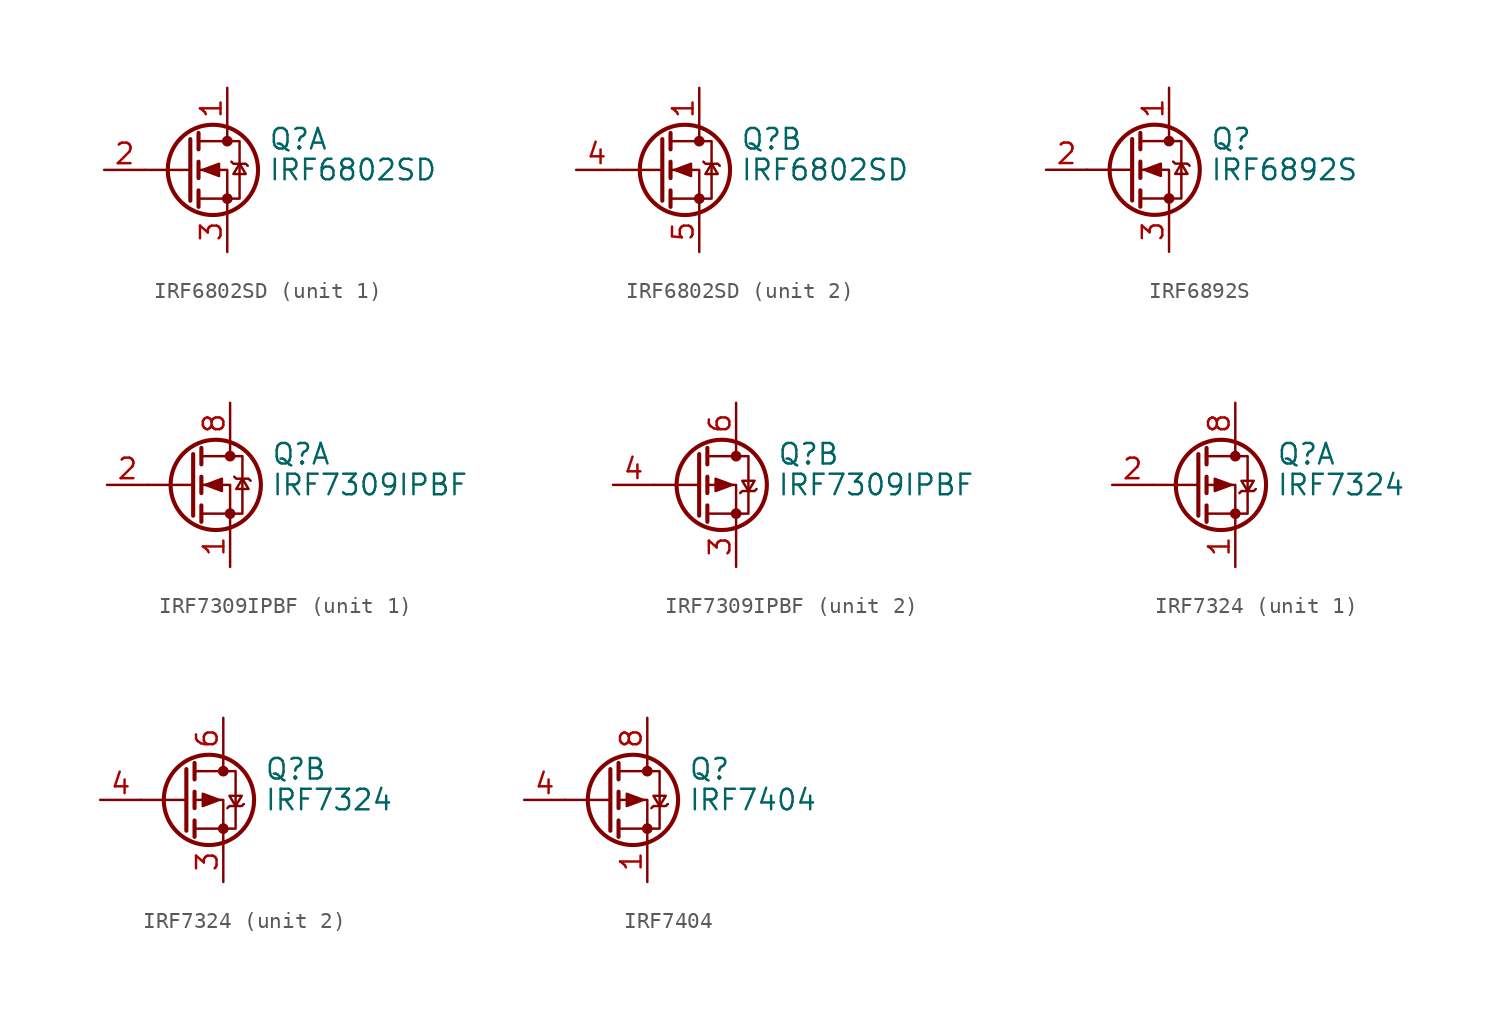
<source format=kicad_sym>
(kicad_symbol_lib
  (version 20201005)
  (generator kicad_symbol_editor)
  (symbol "IRF6802SD"
    (pin_names hide)
    (property "Reference" "Q"
      (at 5.08 1.905 0)
      (effects (font (size 1.27 1.27)) (justify left)))
    (property "Value" "IRF6802SD"
      (at 5.08 0 0)
      (effects (font (size 1.27 1.27)) (justify left)))
    (symbol "IRF6802SD_0_1"
      (circle (center 1.651 0) (radius 2.794) (stroke (width 0.254)) (fill (type none)))
      (circle (center 2.54 -1.778) (radius 0.254) (stroke (width 0)) (fill (type outline)))
      (circle (center 2.54 1.778) (radius 0.254) (stroke (width 0)) (fill (type outline)))
      (polyline (pts (xy 0.254 0) (xy -2.54 0)) (stroke (width 0)) (fill (type none)))
      (polyline (pts (xy 0.254 1.905) (xy 0.254 -1.905)) (stroke (width 0.254)) (fill (type none)))
      (polyline (pts (xy 0.762 -1.27) (xy 0.762 -2.286)) (stroke (width 0.254)) (fill (type none)))
      (polyline (pts (xy 0.762 0.508) (xy 0.762 -0.508)) (stroke (width 0.254)) (fill (type none)))
      (polyline (pts (xy 0.762 2.286) (xy 0.762 1.27)) (stroke (width 0.254)) (fill (type none)))
      (polyline (pts (xy 2.54 2.54) (xy 2.54 1.778)) (stroke (width 0)) (fill (type none)))
      (polyline (pts (xy 2.54 -2.54) (xy 2.54 0) (xy 0.762 0)) (stroke (width 0)) (fill (type none)))
      (polyline (pts (xy 0.762 -1.778) (xy 3.302 -1.778) (xy 3.302 1.778) (xy 0.762 1.778)) (stroke (width 0)) (fill (type none)))
      (polyline (pts (xy 2.794 0.508) (xy 2.921 0.381) (xy 3.683 0.381) (xy 3.81 0.254)) (stroke (width 0)) (fill (type none)))
      (polyline (pts (xy 3.302 0.381) (xy 2.921 -0.254) (xy 3.683 -0.254) (xy 3.302 0.381)) (stroke (width 0)) (fill (type none)))
      (polyline (pts (xy 1.016 0) (xy 2.032 0.381) (xy 2.032 -0.381) (xy 1.016 0)) (stroke (width 0)) (fill (type outline))))
    (symbol "IRF6802SD_1_1"
      (pin passive line (at 2.54 5.08 270) (length 2.54) (name "D" (effects (font (size 1.27 1.27)))) (number "1" (effects (font (size 1.27 1.27)))))
      (pin input line (at -5.08 0 0) (length 2.54) (name "G1" (effects (font (size 1.27 1.27)))) (number "2" (effects (font (size 1.27 1.27)))))
      (pin passive line (at 2.54 -5.08 90) (length 2.54) (name "S1" (effects (font (size 1.27 1.27)))) (number "3" (effects (font (size 1.27 1.27))))))
    (symbol "IRF6802SD_2_1"
      (pin passive line (at 2.54 5.08 270) (length 2.54) (name "D" (effects (font (size 1.27 1.27)))) (number "1" (effects (font (size 1.27 1.27)))))
      (pin input line (at -5.08 0 0) (length 2.54) (name "G2" (effects (font (size 1.27 1.27)))) (number "4" (effects (font (size 1.27 1.27)))))
      (pin passive line (at 2.54 -5.08 90) (length 2.54) (name "S2" (effects (font (size 1.27 1.27)))) (number "5" (effects (font (size 1.27 1.27)))))))
  (symbol "IRF6892S"
    (pin_names hide)
    (property "Reference" "Q"
      (at 5.08 1.905 0)
      (effects (font (size 1.27 1.27)) (justify left)))
    (property "Value" "IRF6892S"
      (at 5.08 0 0)
      (effects (font (size 1.27 1.27)) (justify left)))
    (symbol "IRF6892S_0_1"
      (circle (center 1.651 0) (radius 2.794) (stroke (width 0.254)) (fill (type none)))
      (circle (center 2.54 -1.778) (radius 0.254) (stroke (width 0)) (fill (type outline)))
      (circle (center 2.54 1.778) (radius 0.254) (stroke (width 0)) (fill (type outline)))
      (polyline (pts (xy 0.254 0) (xy -2.54 0)) (stroke (width 0)) (fill (type none)))
      (polyline (pts (xy 0.254 1.905) (xy 0.254 -1.905)) (stroke (width 0.254)) (fill (type none)))
      (polyline (pts (xy 0.762 -1.27) (xy 0.762 -2.286)) (stroke (width 0.254)) (fill (type none)))
      (polyline (pts (xy 0.762 0.508) (xy 0.762 -0.508)) (stroke (width 0.254)) (fill (type none)))
      (polyline (pts (xy 0.762 2.286) (xy 0.762 1.27)) (stroke (width 0.254)) (fill (type none)))
      (polyline (pts (xy 2.54 2.54) (xy 2.54 1.778)) (stroke (width 0)) (fill (type none)))
      (polyline (pts (xy 2.54 -2.54) (xy 2.54 0) (xy 0.762 0)) (stroke (width 0)) (fill (type none)))
      (polyline (pts (xy 0.762 -1.778) (xy 3.302 -1.778) (xy 3.302 1.778) (xy 0.762 1.778)) (stroke (width 0)) (fill (type none)))
      (polyline (pts (xy 2.794 0.508) (xy 2.921 0.381) (xy 3.683 0.381) (xy 3.81 0.254)) (stroke (width 0)) (fill (type none)))
      (polyline (pts (xy 3.302 0.381) (xy 2.921 -0.254) (xy 3.683 -0.254) (xy 3.302 0.381)) (stroke (width 0)) (fill (type none)))
      (polyline (pts (xy 1.016 0) (xy 2.032 0.381) (xy 2.032 -0.381) (xy 1.016 0)) (stroke (width 0)) (fill (type outline))))
    (symbol "IRF6892S_1_1"
      (pin passive line (at 2.54 5.08 270) (length 2.54) (name "D" (effects (font (size 1.27 1.27)))) (number "1" (effects (font (size 1.27 1.27)))))
      (pin input line (at -5.08 0 0) (length 2.54) (name "G" (effects (font (size 1.27 1.27)))) (number "2" (effects (font (size 1.27 1.27)))))
      (pin passive line (at 2.54 -5.08 90) (length 2.54) (name "S" (effects (font (size 1.27 1.27)))) (number "3" (effects (font (size 1.27 1.27)))))))
  (symbol "IRF7309IPBF"
    (pin_names hide)
    (property "Reference" "Q"
      (at 5.08 1.905 0)
      (effects (font (size 1.27 1.27)) (justify left)))
    (property "Value" "IRF7309IPBF"
      (at 5.08 0 0)
      (effects (font (size 1.27 1.27)) (justify left)))
    (symbol "IRF7309IPBF_0_1"
      (circle (center 1.651 0) (radius 2.794) (stroke (width 0.254)) (fill (type none)))
      (circle (center 2.54 -1.778) (radius 0.254) (stroke (width 0)) (fill (type outline)))
      (circle (center 2.54 1.778) (radius 0.254) (stroke (width 0)) (fill (type outline)))
      (polyline (pts (xy 0.254 0) (xy -2.54 0)) (stroke (width 0)) (fill (type none)))
      (polyline (pts (xy 0.254 1.905) (xy 0.254 -1.905)) (stroke (width 0.254)) (fill (type none)))
      (polyline (pts (xy 0.762 -1.27) (xy 0.762 -2.286)) (stroke (width 0.254)) (fill (type none)))
      (polyline (pts (xy 0.762 0.508) (xy 0.762 -0.508)) (stroke (width 0.254)) (fill (type none)))
      (polyline (pts (xy 0.762 2.286) (xy 0.762 1.27)) (stroke (width 0.254)) (fill (type none)))
      (polyline (pts (xy 2.54 2.54) (xy 2.54 1.778)) (stroke (width 0)) (fill (type none)))
      (polyline (pts (xy 2.54 -2.54) (xy 2.54 0) (xy 0.762 0)) (stroke (width 0)) (fill (type none)))
      (polyline (pts (xy 0.762 -1.778) (xy 3.302 -1.778) (xy 3.302 1.778) (xy 0.762 1.778)) (stroke (width 0)) (fill (type none))))
    (symbol "IRF7309IPBF_1_1"
      (polyline (pts (xy 2.794 0.508) (xy 2.921 0.381) (xy 3.683 0.381) (xy 3.81 0.254)) (stroke (width 0)) (fill (type none)))
      (polyline (pts (xy 3.302 0.381) (xy 2.921 -0.254) (xy 3.683 -0.254) (xy 3.302 0.381)) (stroke (width 0)) (fill (type none)))
      (polyline (pts (xy 1.016 0) (xy 2.032 0.381) (xy 2.032 -0.381) (xy 1.016 0)) (stroke (width 0)) (fill (type outline)))
      (pin passive line (at 2.54 -5.08 90) (length 2.54) (name "S" (effects (font (size 1.27 1.27)))) (number "1" (effects (font (size 1.27 1.27)))))
      (pin input line (at -5.08 0 0) (length 2.54) (name "G" (effects (font (size 1.27 1.27)))) (number "2" (effects (font (size 1.27 1.27)))))
      (pin passive line (at 2.54 5.08 270) (length 2.54) hide (name "D" (effects (font (size 1.27 1.27)))) (number "7" (effects (font (size 1.27 1.27)))))
      (pin passive line (at 2.54 5.08 270) (length 2.54) (name "D" (effects (font (size 1.27 1.27)))) (number "8" (effects (font (size 1.27 1.27))))))
    (symbol "IRF7309IPBF_2_1"
      (polyline (pts (xy 2.794 -0.508) (xy 2.921 -0.381) (xy 3.683 -0.381) (xy 3.81 -0.254)) (stroke (width 0)) (fill (type none)))
      (polyline (pts (xy 3.302 -0.381) (xy 2.921 0.254) (xy 3.683 0.254) (xy 3.302 -0.381)) (stroke (width 0)) (fill (type none)))
      (polyline (pts (xy 2.286 0) (xy 1.27 0.381) (xy 1.27 -0.381) (xy 2.286 0)) (stroke (width 0)) (fill (type outline)))
      (pin passive line (at 2.54 -5.08 90) (length 2.54) (name "1" (effects (font (size 1.27 1.27)))) (number "3" (effects (font (size 1.27 1.27)))))
      (pin input line (at -5.08 0 0) (length 2.54) (name "G" (effects (font (size 1.27 1.27)))) (number "4" (effects (font (size 1.27 1.27)))))
      (pin passive line (at 2.54 5.08 270) (length 2.54) hide (name "D" (effects (font (size 1.27 1.27)))) (number "5" (effects (font (size 1.27 1.27)))))
      (pin passive line (at 2.54 5.08 270) (length 2.54) (name "D" (effects (font (size 1.27 1.27)))) (number "6" (effects (font (size 1.27 1.27)))))))
  (symbol "IRF7324"
    (pin_names hide)
    (property "Reference" "Q"
      (at 5.08 1.905 0)
      (effects (font (size 1.27 1.27)) (justify left)))
    (property "Value" "IRF7324"
      (at 5.08 0 0)
      (effects (font (size 1.27 1.27)) (justify left)))
    (symbol "IRF7324_0_1"
      (circle (center 1.651 0) (radius 2.794) (stroke (width 0.254)) (fill (type none)))
      (circle (center 2.54 -1.778) (radius 0.254) (stroke (width 0)) (fill (type outline)))
      (circle (center 2.54 1.778) (radius 0.254) (stroke (width 0)) (fill (type outline)))
      (polyline (pts (xy 0.254 0) (xy -2.54 0)) (stroke (width 0)) (fill (type none)))
      (polyline (pts (xy 0.254 1.905) (xy 0.254 -1.905)) (stroke (width 0.254)) (fill (type none)))
      (polyline (pts (xy 0.762 -1.27) (xy 0.762 -2.286)) (stroke (width 0.254)) (fill (type none)))
      (polyline (pts (xy 0.762 0.508) (xy 0.762 -0.508)) (stroke (width 0.254)) (fill (type none)))
      (polyline (pts (xy 0.762 2.286) (xy 0.762 1.27)) (stroke (width 0.254)) (fill (type none)))
      (polyline (pts (xy 2.54 2.54) (xy 2.54 1.778)) (stroke (width 0)) (fill (type none)))
      (polyline (pts (xy 2.54 -2.54) (xy 2.54 0) (xy 0.762 0)) (stroke (width 0)) (fill (type none)))
      (polyline (pts (xy 0.762 1.778) (xy 3.302 1.778) (xy 3.302 -1.778) (xy 0.762 -1.778)) (stroke (width 0)) (fill (type none)))
      (polyline (pts (xy 2.794 -0.508) (xy 2.921 -0.381) (xy 3.683 -0.381) (xy 3.81 -0.254)) (stroke (width 0)) (fill (type none)))
      (polyline (pts (xy 3.302 -0.381) (xy 2.921 0.254) (xy 3.683 0.254) (xy 3.302 -0.381)) (stroke (width 0)) (fill (type none)))
      (polyline (pts (xy 2.286 0) (xy 1.27 0.381) (xy 1.27 -0.381) (xy 2.286 0)) (stroke (width 0)) (fill (type outline))))
    (symbol "IRF7324_1_1"
      (pin passive line (at 2.54 -5.08 90) (length 2.54) (name "S1" (effects (font (size 1.27 1.27)))) (number "1" (effects (font (size 1.27 1.27)))))
      (pin input line (at -5.08 0 0) (length 2.54) (name "G1" (effects (font (size 1.27 1.27)))) (number "2" (effects (font (size 1.27 1.27)))))
      (pin passive line (at 2.54 5.08 270) (length 2.54) hide (name "D1" (effects (font (size 1.27 1.27)))) (number "7" (effects (font (size 1.27 1.27)))))
      (pin passive line (at 2.54 5.08 270) (length 2.54) (name "D1" (effects (font (size 1.27 1.27)))) (number "8" (effects (font (size 1.27 1.27))))))
    (symbol "IRF7324_2_1"
      (pin passive line (at 2.54 -5.08 90) (length 2.54) (name "S2" (effects (font (size 1.27 1.27)))) (number "3" (effects (font (size 1.27 1.27)))))
      (pin input line (at -5.08 0 0) (length 2.54) (name "G2" (effects (font (size 1.27 1.27)))) (number "4" (effects (font (size 1.27 1.27)))))
      (pin passive line (at 2.54 5.08 270) (length 2.54) hide (name "D2" (effects (font (size 1.27 1.27)))) (number "5" (effects (font (size 1.27 1.27)))))
      (pin passive line (at 2.54 5.08 270) (length 2.54) (name "D2" (effects (font (size 1.27 1.27)))) (number "6" (effects (font (size 1.27 1.27)))))))
  (symbol "IRF7404"
    (pin_names hide)
    (property "Reference" "Q"
      (at 5.08 1.905 0)
      (effects (font (size 1.27 1.27)) (justify left)))
    (property "Value" "IRF7404"
      (at 5.08 0 0)
      (effects (font (size 1.27 1.27)) (justify left)))
    (symbol "IRF7404_0_1"
      (circle (center 1.651 0) (radius 2.794) (stroke (width 0.254)) (fill (type none)))
      (circle (center 2.54 -1.778) (radius 0.254) (stroke (width 0)) (fill (type outline)))
      (circle (center 2.54 1.778) (radius 0.254) (stroke (width 0)) (fill (type outline)))
      (polyline (pts (xy 0.254 0) (xy -2.54 0)) (stroke (width 0)) (fill (type none)))
      (polyline (pts (xy 0.254 1.905) (xy 0.254 -1.905)) (stroke (width 0.254)) (fill (type none)))
      (polyline (pts (xy 0.762 -1.27) (xy 0.762 -2.286)) (stroke (width 0.254)) (fill (type none)))
      (polyline (pts (xy 0.762 0.508) (xy 0.762 -0.508)) (stroke (width 0.254)) (fill (type none)))
      (polyline (pts (xy 0.762 2.286) (xy 0.762 1.27)) (stroke (width 0.254)) (fill (type none)))
      (polyline (pts (xy 2.54 2.54) (xy 2.54 1.778)) (stroke (width 0)) (fill (type none)))
      (polyline (pts (xy 2.54 -2.54) (xy 2.54 0) (xy 0.762 0)) (stroke (width 0)) (fill (type none)))
      (polyline (pts (xy 0.762 1.778) (xy 3.302 1.778) (xy 3.302 -1.778) (xy 0.762 -1.778)) (stroke (width 0)) (fill (type none)))
      (polyline (pts (xy 2.794 -0.508) (xy 2.921 -0.381) (xy 3.683 -0.381) (xy 3.81 -0.254)) (stroke (width 0)) (fill (type none)))
      (polyline (pts (xy 3.302 -0.381) (xy 2.921 0.254) (xy 3.683 0.254) (xy 3.302 -0.381)) (stroke (width 0)) (fill (type none)))
      (polyline (pts (xy 2.286 0) (xy 1.27 0.381) (xy 1.27 -0.381) (xy 2.286 0)) (stroke (width 0)) (fill (type outline))))
    (symbol "IRF7404_1_1"
      (pin passive line (at 2.54 -5.08 90) (length 2.54) (name "S" (effects (font (size 1.27 1.27)))) (number "1" (effects (font (size 1.27 1.27)))))
      (pin passive line (at 2.54 -5.08 90) (length 2.54) hide (name "S" (effects (font (size 1.27 1.27)))) (number "2" (effects (font (size 1.27 1.27)))))
      (pin passive line (at 2.54 -5.08 90) (length 2.54) hide (name "S" (effects (font (size 1.27 1.27)))) (number "3" (effects (font (size 1.27 1.27)))))
      (pin passive line (at -5.08 0 0) (length 2.54) (name "G" (effects (font (size 1.27 1.27)))) (number "4" (effects (font (size 1.27 1.27)))))
      (pin passive line (at 2.54 5.08 270) (length 2.54) hide (name "D" (effects (font (size 1.27 1.27)))) (number "5" (effects (font (size 1.27 1.27)))))
      (pin passive line (at 2.54 5.08 270) (length 2.54) hide (name "D" (effects (font (size 1.27 1.27)))) (number "6" (effects (font (size 1.27 1.27)))))
      (pin passive line (at 2.54 5.08 270) (length 2.54) hide (name "D" (effects (font (size 1.27 1.27)))) (number "7" (effects (font (size 1.27 1.27)))))
      (pin passive line (at 2.54 5.08 270) (length 2.54) (name "D" (effects (font (size 1.27 1.27)))) (number "8" (effects (font (size 1.27 1.27))))))))
</source>
